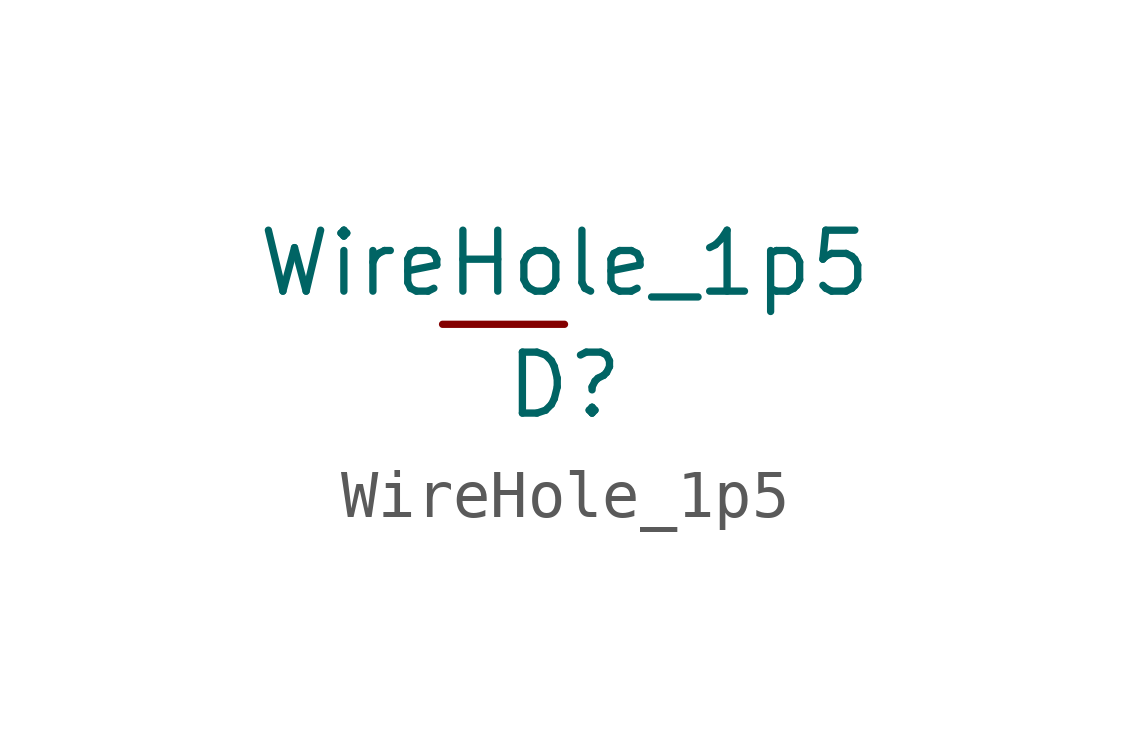
<source format=kicad_sym>
(kicad_symbol_lib
  (version 20211014)
  (generator kicad_symbol_editor)
  (symbol "WireHole_1p5"
    (property "Reference" "D"
      (at 0 -1.27 0)
      (effects (font (size 1.27 1.27))))
    (property "Value" "WireHole_1p5"
      (at 0 1.27 0)
      (effects (font (size 1.27 1.27))))
    (symbol "WireHole_1p5_1_1"
      (pin input line (at -2.54 0 0) (length 2.54) (name "" (effects (font (size 1.27 1.27)))) (number "" (effects (font (size 1.27 1.27))))))))
</source>
